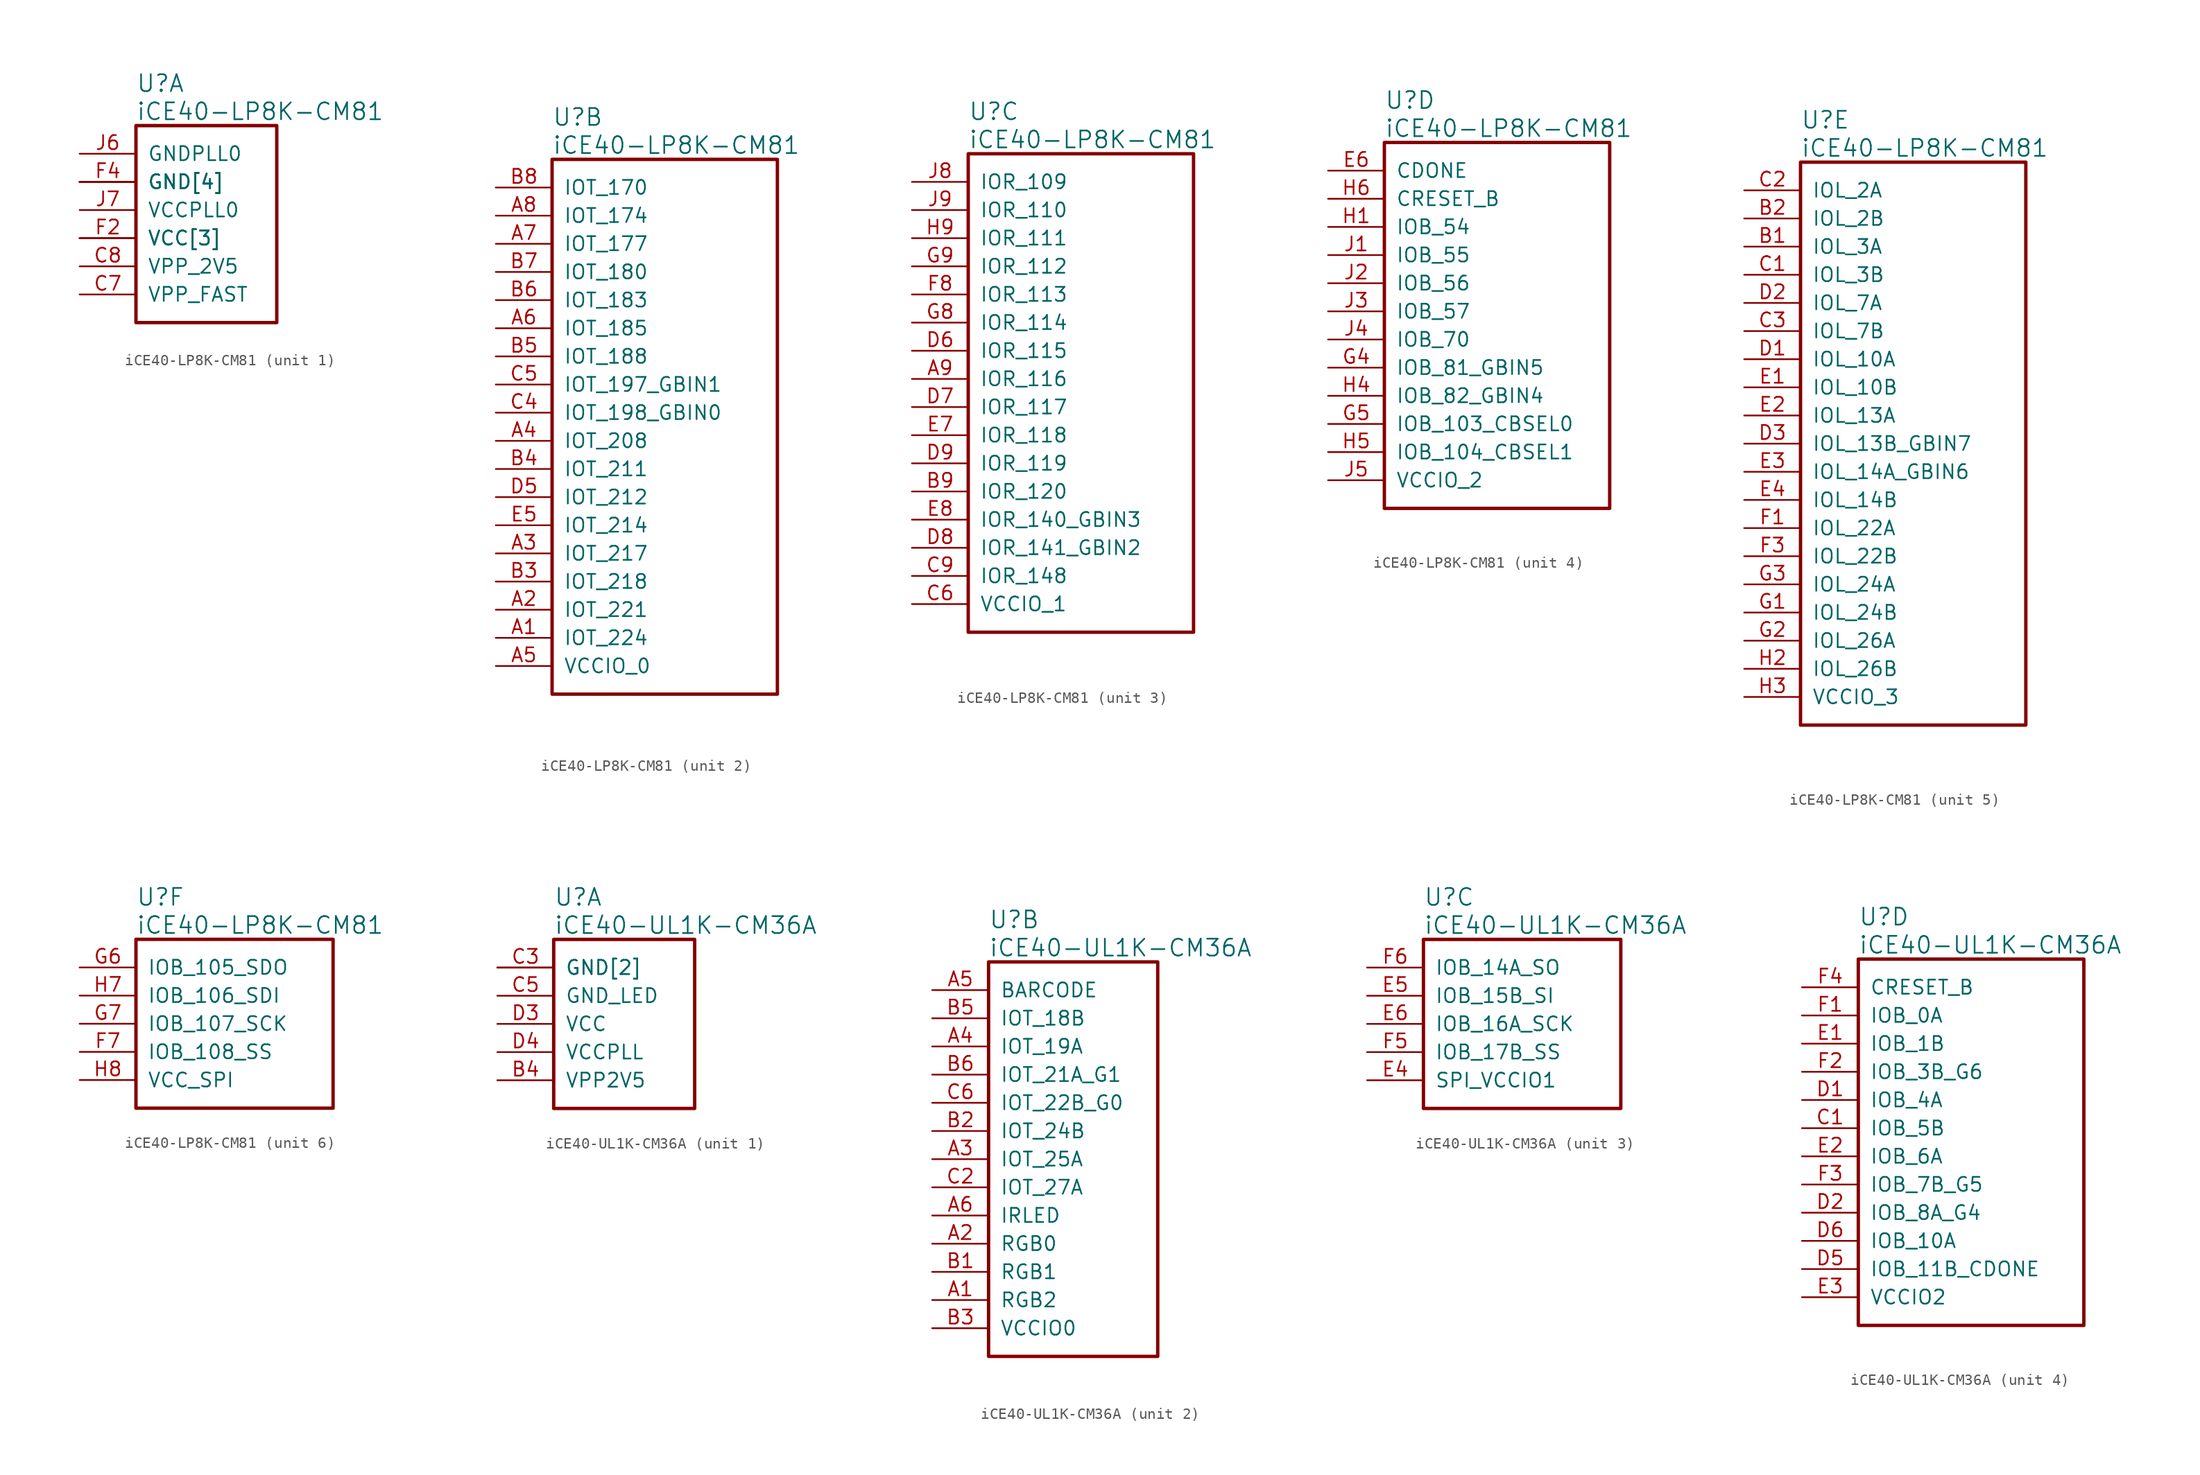
<source format=kicad_sym>
(kicad_symbol_lib
  (version 20241209)
  (generator "kicad_symbol_editor")
  (generator_version "9.0")
  (symbol "iCE40-LP8K-CM81"
    (pin_names
      (offset 1.016))
    (property "Reference" "U"
      (at 5.08 6.35 0)
      (effects (font (size 1.524 1.524)) (justify left)))
    (property "Value" "iCE40-LP8K-CM81"
      (at 5.08 3.81 0)
      (effects (font (size 1.524 1.524)) (justify left)))
    (property "ki_locked" ""
      (at 0 0 0)
      (effects (font (size 1.27 1.27))))
    (symbol "iCE40-LP8K-CM81_1_1"
      (rectangle (start 5.08 2.54) (end 17.78 -15.24) (stroke (width 0.305) (type solid)) (fill (type none)))
      (pin power_in line (at 0 0 0) (length 5.08) (name "GNDPLL0" (effects (font (size 1.27 1.27)))) (number "J6" (effects (font (size 1.27 1.27)))))
      (pin power_in line (at 0 -2.54 0) (length 5.08) (name "GND[4]" (effects (font (size 1.27 1.27)))) (number "F4" (effects (font (size 1.27 1.27)))))
      (pin power_in line (at 0 -2.54 0) (length 5.08) (name "GND[4]" (effects (font (size 1.27 1.27)))) (number "F5" (effects (font (size 0 0)))))
      (pin power_in line (at 0 -2.54 0) (length 5.08) (name "GND[4]" (effects (font (size 1.27 1.27)))) (number "F6" (effects (font (size 0 0)))))
      (pin power_in line (at 0 -2.54 0) (length 5.08) (name "GND[4]" (effects (font (size 1.27 1.27)))) (number "F9" (effects (font (size 0 0)))))
      (pin power_in line (at 0 -5.08 0) (length 5.08) (name "VCCPLL0" (effects (font (size 1.27 1.27)))) (number "J7" (effects (font (size 1.27 1.27)))))
      (pin power_in line (at 0 -7.62 0) (length 5.08) (name "VCC[3]" (effects (font (size 1.27 1.27)))) (number "D4" (effects (font (size 0 0)))))
      (pin power_in line (at 0 -7.62 0) (length 5.08) (name "VCC[3]" (effects (font (size 1.27 1.27)))) (number "E9" (effects (font (size 0 0)))))
      (pin power_in line (at 0 -7.62 0) (length 5.08) (name "VCC[3]" (effects (font (size 1.27 1.27)))) (number "F2" (effects (font (size 1.27 1.27)))))
      (pin power_in line (at 0 -10.16 0) (length 5.08) (name "VPP_2V5" (effects (font (size 1.27 1.27)))) (number "C8" (effects (font (size 1.27 1.27)))))
      (pin power_in line (at 0 -12.7 0) (length 5.08) (name "VPP_FAST" (effects (font (size 1.27 1.27)))) (number "C7" (effects (font (size 1.27 1.27))))))
    (symbol "iCE40-LP8K-CM81_2_1"
      (rectangle (start 5.08 2.54) (end 25.4 -45.72) (stroke (width 0.305) (type solid)) (fill (type none)))
      (pin bidirectional line (at 0 0 0) (length 5.08) (name "IOT_170" (effects (font (size 1.27 1.27)))) (number "B8" (effects (font (size 1.27 1.27)))))
      (pin bidirectional line (at 0 -2.54 0) (length 5.08) (name "IOT_174" (effects (font (size 1.27 1.27)))) (number "A8" (effects (font (size 1.27 1.27)))))
      (pin bidirectional line (at 0 -5.08 0) (length 5.08) (name "IOT_177" (effects (font (size 1.27 1.27)))) (number "A7" (effects (font (size 1.27 1.27)))))
      (pin bidirectional line (at 0 -7.62 0) (length 5.08) (name "IOT_180" (effects (font (size 1.27 1.27)))) (number "B7" (effects (font (size 1.27 1.27)))))
      (pin bidirectional line (at 0 -10.16 0) (length 5.08) (name "IOT_183" (effects (font (size 1.27 1.27)))) (number "B6" (effects (font (size 1.27 1.27)))))
      (pin bidirectional line (at 0 -12.7 0) (length 5.08) (name "IOT_185" (effects (font (size 1.27 1.27)))) (number "A6" (effects (font (size 1.27 1.27)))))
      (pin bidirectional line (at 0 -15.24 0) (length 5.08) (name "IOT_188" (effects (font (size 1.27 1.27)))) (number "B5" (effects (font (size 1.27 1.27)))))
      (pin bidirectional line (at 0 -17.78 0) (length 5.08) (name "IOT_197_GBIN1" (effects (font (size 1.27 1.27)))) (number "C5" (effects (font (size 1.27 1.27)))))
      (pin bidirectional line (at 0 -20.32 0) (length 5.08) (name "IOT_198_GBIN0" (effects (font (size 1.27 1.27)))) (number "C4" (effects (font (size 1.27 1.27)))))
      (pin bidirectional line (at 0 -22.86 0) (length 5.08) (name "IOT_208" (effects (font (size 1.27 1.27)))) (number "A4" (effects (font (size 1.27 1.27)))))
      (pin bidirectional line (at 0 -25.4 0) (length 5.08) (name "IOT_211" (effects (font (size 1.27 1.27)))) (number "B4" (effects (font (size 1.27 1.27)))))
      (pin bidirectional line (at 0 -27.94 0) (length 5.08) (name "IOT_212" (effects (font (size 1.27 1.27)))) (number "D5" (effects (font (size 1.27 1.27)))))
      (pin bidirectional line (at 0 -30.48 0) (length 5.08) (name "IOT_214" (effects (font (size 1.27 1.27)))) (number "E5" (effects (font (size 1.27 1.27)))))
      (pin bidirectional line (at 0 -33.02 0) (length 5.08) (name "IOT_217" (effects (font (size 1.27 1.27)))) (number "A3" (effects (font (size 1.27 1.27)))))
      (pin bidirectional line (at 0 -35.56 0) (length 5.08) (name "IOT_218" (effects (font (size 1.27 1.27)))) (number "B3" (effects (font (size 1.27 1.27)))))
      (pin bidirectional line (at 0 -38.1 0) (length 5.08) (name "IOT_221" (effects (font (size 1.27 1.27)))) (number "A2" (effects (font (size 1.27 1.27)))))
      (pin bidirectional line (at 0 -40.64 0) (length 5.08) (name "IOT_224" (effects (font (size 1.27 1.27)))) (number "A1" (effects (font (size 1.27 1.27)))))
      (pin power_in line (at 0 -43.18 0) (length 5.08) (name "VCCIO_0" (effects (font (size 1.27 1.27)))) (number "A5" (effects (font (size 1.27 1.27))))))
    (symbol "iCE40-LP8K-CM81_3_1"
      (rectangle (start 5.08 2.54) (end 25.4 -40.64) (stroke (width 0.305) (type solid)) (fill (type none)))
      (pin bidirectional line (at 0 0 0) (length 5.08) (name "IOR_109" (effects (font (size 1.27 1.27)))) (number "J8" (effects (font (size 1.27 1.27)))))
      (pin bidirectional line (at 0 -2.54 0) (length 5.08) (name "IOR_110" (effects (font (size 1.27 1.27)))) (number "J9" (effects (font (size 1.27 1.27)))))
      (pin bidirectional line (at 0 -5.08 0) (length 5.08) (name "IOR_111" (effects (font (size 1.27 1.27)))) (number "H9" (effects (font (size 1.27 1.27)))))
      (pin bidirectional line (at 0 -7.62 0) (length 5.08) (name "IOR_112" (effects (font (size 1.27 1.27)))) (number "G9" (effects (font (size 1.27 1.27)))))
      (pin bidirectional line (at 0 -10.16 0) (length 5.08) (name "IOR_113" (effects (font (size 1.27 1.27)))) (number "F8" (effects (font (size 1.27 1.27)))))
      (pin bidirectional line (at 0 -12.7 0) (length 5.08) (name "IOR_114" (effects (font (size 1.27 1.27)))) (number "G8" (effects (font (size 1.27 1.27)))))
      (pin bidirectional line (at 0 -15.24 0) (length 5.08) (name "IOR_115" (effects (font (size 1.27 1.27)))) (number "D6" (effects (font (size 1.27 1.27)))))
      (pin bidirectional line (at 0 -17.78 0) (length 5.08) (name "IOR_116" (effects (font (size 1.27 1.27)))) (number "A9" (effects (font (size 1.27 1.27)))))
      (pin bidirectional line (at 0 -20.32 0) (length 5.08) (name "IOR_117" (effects (font (size 1.27 1.27)))) (number "D7" (effects (font (size 1.27 1.27)))))
      (pin bidirectional line (at 0 -22.86 0) (length 5.08) (name "IOR_118" (effects (font (size 1.27 1.27)))) (number "E7" (effects (font (size 1.27 1.27)))))
      (pin bidirectional line (at 0 -25.4 0) (length 5.08) (name "IOR_119" (effects (font (size 1.27 1.27)))) (number "D9" (effects (font (size 1.27 1.27)))))
      (pin bidirectional line (at 0 -27.94 0) (length 5.08) (name "IOR_120" (effects (font (size 1.27 1.27)))) (number "B9" (effects (font (size 1.27 1.27)))))
      (pin bidirectional line (at 0 -30.48 0) (length 5.08) (name "IOR_140_GBIN3" (effects (font (size 1.27 1.27)))) (number "E8" (effects (font (size 1.27 1.27)))))
      (pin bidirectional line (at 0 -33.02 0) (length 5.08) (name "IOR_141_GBIN2" (effects (font (size 1.27 1.27)))) (number "D8" (effects (font (size 1.27 1.27)))))
      (pin bidirectional line (at 0 -35.56 0) (length 5.08) (name "IOR_148" (effects (font (size 1.27 1.27)))) (number "C9" (effects (font (size 1.27 1.27)))))
      (pin power_in line (at 0 -38.1 0) (length 5.08) (name "VCCIO_1" (effects (font (size 1.27 1.27)))) (number "C6" (effects (font (size 1.27 1.27))))))
    (symbol "iCE40-LP8K-CM81_4_1"
      (rectangle (start 5.08 2.54) (end 25.4 -30.48) (stroke (width 0.305) (type solid)) (fill (type none)))
      (pin output line (at 0 0 0) (length 5.08) (name "CDONE" (effects (font (size 1.27 1.27)))) (number "E6" (effects (font (size 1.27 1.27)))))
      (pin input line (at 0 -2.54 0) (length 5.08) (name "CRESET_B" (effects (font (size 1.27 1.27)))) (number "H6" (effects (font (size 1.27 1.27)))))
      (pin bidirectional line (at 0 -5.08 0) (length 5.08) (name "IOB_54" (effects (font (size 1.27 1.27)))) (number "H1" (effects (font (size 1.27 1.27)))))
      (pin bidirectional line (at 0 -7.62 0) (length 5.08) (name "IOB_55" (effects (font (size 1.27 1.27)))) (number "J1" (effects (font (size 1.27 1.27)))))
      (pin bidirectional line (at 0 -10.16 0) (length 5.08) (name "IOB_56" (effects (font (size 1.27 1.27)))) (number "J2" (effects (font (size 1.27 1.27)))))
      (pin bidirectional line (at 0 -12.7 0) (length 5.08) (name "IOB_57" (effects (font (size 1.27 1.27)))) (number "J3" (effects (font (size 1.27 1.27)))))
      (pin bidirectional line (at 0 -15.24 0) (length 5.08) (name "IOB_70" (effects (font (size 1.27 1.27)))) (number "J4" (effects (font (size 1.27 1.27)))))
      (pin bidirectional line (at 0 -17.78 0) (length 5.08) (name "IOB_81_GBIN5" (effects (font (size 1.27 1.27)))) (number "G4" (effects (font (size 1.27 1.27)))))
      (pin bidirectional line (at 0 -20.32 0) (length 5.08) (name "IOB_82_GBIN4" (effects (font (size 1.27 1.27)))) (number "H4" (effects (font (size 1.27 1.27)))))
      (pin bidirectional line (at 0 -22.86 0) (length 5.08) (name "IOB_103_CBSEL0" (effects (font (size 1.27 1.27)))) (number "G5" (effects (font (size 1.27 1.27)))))
      (pin bidirectional line (at 0 -25.4 0) (length 5.08) (name "IOB_104_CBSEL1" (effects (font (size 1.27 1.27)))) (number "H5" (effects (font (size 1.27 1.27)))))
      (pin power_in line (at 0 -27.94 0) (length 5.08) (name "VCCIO_2" (effects (font (size 1.27 1.27)))) (number "J5" (effects (font (size 1.27 1.27))))))
    (symbol "iCE40-LP8K-CM81_5_1"
      (rectangle (start 5.08 2.54) (end 25.4 -48.26) (stroke (width 0.305) (type solid)) (fill (type none)))
      (pin bidirectional line (at 0 0 0) (length 5.08) (name "IOL_2A" (effects (font (size 1.27 1.27)))) (number "C2" (effects (font (size 1.27 1.27)))))
      (pin bidirectional line (at 0 -2.54 0) (length 5.08) (name "IOL_2B" (effects (font (size 1.27 1.27)))) (number "B2" (effects (font (size 1.27 1.27)))))
      (pin bidirectional line (at 0 -5.08 0) (length 5.08) (name "IOL_3A" (effects (font (size 1.27 1.27)))) (number "B1" (effects (font (size 1.27 1.27)))))
      (pin bidirectional line (at 0 -7.62 0) (length 5.08) (name "IOL_3B" (effects (font (size 1.27 1.27)))) (number "C1" (effects (font (size 1.27 1.27)))))
      (pin bidirectional line (at 0 -10.16 0) (length 5.08) (name "IOL_7A" (effects (font (size 1.27 1.27)))) (number "D2" (effects (font (size 1.27 1.27)))))
      (pin bidirectional line (at 0 -12.7 0) (length 5.08) (name "IOL_7B" (effects (font (size 1.27 1.27)))) (number "C3" (effects (font (size 1.27 1.27)))))
      (pin bidirectional line (at 0 -15.24 0) (length 5.08) (name "IOL_10A" (effects (font (size 1.27 1.27)))) (number "D1" (effects (font (size 1.27 1.27)))))
      (pin bidirectional line (at 0 -17.78 0) (length 5.08) (name "IOL_10B" (effects (font (size 1.27 1.27)))) (number "E1" (effects (font (size 1.27 1.27)))))
      (pin bidirectional line (at 0 -20.32 0) (length 5.08) (name "IOL_13A" (effects (font (size 1.27 1.27)))) (number "E2" (effects (font (size 1.27 1.27)))))
      (pin bidirectional line (at 0 -22.86 0) (length 5.08) (name "IOL_13B_GBIN7" (effects (font (size 1.27 1.27)))) (number "D3" (effects (font (size 1.27 1.27)))))
      (pin bidirectional line (at 0 -25.4 0) (length 5.08) (name "IOL_14A_GBIN6" (effects (font (size 1.27 1.27)))) (number "E3" (effects (font (size 1.27 1.27)))))
      (pin bidirectional line (at 0 -27.94 0) (length 5.08) (name "IOL_14B" (effects (font (size 1.27 1.27)))) (number "E4" (effects (font (size 1.27 1.27)))))
      (pin bidirectional line (at 0 -30.48 0) (length 5.08) (name "IOL_22A" (effects (font (size 1.27 1.27)))) (number "F1" (effects (font (size 1.27 1.27)))))
      (pin bidirectional line (at 0 -33.02 0) (length 5.08) (name "IOL_22B" (effects (font (size 1.27 1.27)))) (number "F3" (effects (font (size 1.27 1.27)))))
      (pin bidirectional line (at 0 -35.56 0) (length 5.08) (name "IOL_24A" (effects (font (size 1.27 1.27)))) (number "G3" (effects (font (size 1.27 1.27)))))
      (pin bidirectional line (at 0 -38.1 0) (length 5.08) (name "IOL_24B" (effects (font (size 1.27 1.27)))) (number "G1" (effects (font (size 1.27 1.27)))))
      (pin bidirectional line (at 0 -40.64 0) (length 5.08) (name "IOL_26A" (effects (font (size 1.27 1.27)))) (number "G2" (effects (font (size 1.27 1.27)))))
      (pin bidirectional line (at 0 -43.18 0) (length 5.08) (name "IOL_26B" (effects (font (size 1.27 1.27)))) (number "H2" (effects (font (size 1.27 1.27)))))
      (pin power_in line (at 0 -45.72 0) (length 5.08) (name "VCCIO_3" (effects (font (size 1.27 1.27)))) (number "H3" (effects (font (size 1.27 1.27))))))
    (symbol "iCE40-LP8K-CM81_6_1"
      (rectangle (start 5.08 2.54) (end 22.86 -12.7) (stroke (width 0.305) (type solid)) (fill (type none)))
      (pin bidirectional line (at 0 0 0) (length 5.08) (name "IOB_105_SDO" (effects (font (size 1.27 1.27)))) (number "G6" (effects (font (size 1.27 1.27)))))
      (pin bidirectional line (at 0 -2.54 0) (length 5.08) (name "IOB_106_SDI" (effects (font (size 1.27 1.27)))) (number "H7" (effects (font (size 1.27 1.27)))))
      (pin bidirectional line (at 0 -5.08 0) (length 5.08) (name "IOB_107_SCK" (effects (font (size 1.27 1.27)))) (number "G7" (effects (font (size 1.27 1.27)))))
      (pin bidirectional line (at 0 -7.62 0) (length 5.08) (name "IOB_108_SS" (effects (font (size 1.27 1.27)))) (number "F7" (effects (font (size 1.27 1.27)))))
      (pin power_in line (at 0 -10.16 0) (length 5.08) (name "VCC_SPI" (effects (font (size 1.27 1.27)))) (number "H8" (effects (font (size 1.27 1.27)))))))
  (symbol "iCE40-UL1K-CM36A"
    (pin_names
      (offset 1.016))
    (property "Reference" "U"
      (at 5.08 6.35 0)
      (effects (font (size 1.524 1.524)) (justify left)))
    (property "Value" "iCE40-UL1K-CM36A"
      (at 5.08 3.81 0)
      (effects (font (size 1.524 1.524)) (justify left)))
    (property "ki_locked" ""
      (at 0 0 0)
      (effects (font (size 1.27 1.27))))
    (symbol "iCE40-UL1K-CM36A_1_1"
      (rectangle (start 5.08 2.54) (end 17.78 -12.7) (stroke (width 0.305) (type solid)) (fill (type none)))
      (pin power_in line (at 0 0 0) (length 5.08) (name "GND[2]" (effects (font (size 1.27 1.27)))) (number "C3" (effects (font (size 1.27 1.27)))))
      (pin power_in line (at 0 0 0) (length 5.08) (name "GND[2]" (effects (font (size 1.27 1.27)))) (number "C4" (effects (font (size 0 0)))))
      (pin power_in line (at 0 -2.54 0) (length 5.08) (name "GND_LED" (effects (font (size 1.27 1.27)))) (number "C5" (effects (font (size 1.27 1.27)))))
      (pin power_in line (at 0 -5.08 0) (length 5.08) (name "VCC" (effects (font (size 1.27 1.27)))) (number "D3" (effects (font (size 1.27 1.27)))))
      (pin power_in line (at 0 -7.62 0) (length 5.08) (name "VCCPLL" (effects (font (size 1.27 1.27)))) (number "D4" (effects (font (size 1.27 1.27)))))
      (pin power_in line (at 0 -10.16 0) (length 5.08) (name "VPP2V5" (effects (font (size 1.27 1.27)))) (number "B4" (effects (font (size 1.27 1.27))))))
    (symbol "iCE40-UL1K-CM36A_2_1"
      (rectangle (start 5.08 2.54) (end 20.32 -33.02) (stroke (width 0.305) (type solid)) (fill (type none)))
      (pin bidirectional line (at 0 0 0) (length 5.08) (name "BARCODE" (effects (font (size 1.27 1.27)))) (number "A5" (effects (font (size 1.27 1.27)))))
      (pin bidirectional line (at 0 -2.54 0) (length 5.08) (name "IOT_18B" (effects (font (size 1.27 1.27)))) (number "B5" (effects (font (size 1.27 1.27)))))
      (pin bidirectional line (at 0 -5.08 0) (length 5.08) (name "IOT_19A" (effects (font (size 1.27 1.27)))) (number "A4" (effects (font (size 1.27 1.27)))))
      (pin bidirectional line (at 0 -7.62 0) (length 5.08) (name "IOT_21A_G1" (effects (font (size 1.27 1.27)))) (number "B6" (effects (font (size 1.27 1.27)))))
      (pin bidirectional line (at 0 -10.16 0) (length 5.08) (name "IOT_22B_G0" (effects (font (size 1.27 1.27)))) (number "C6" (effects (font (size 1.27 1.27)))))
      (pin bidirectional line (at 0 -12.7 0) (length 5.08) (name "IOT_24B" (effects (font (size 1.27 1.27)))) (number "B2" (effects (font (size 1.27 1.27)))))
      (pin bidirectional line (at 0 -15.24 0) (length 5.08) (name "IOT_25A" (effects (font (size 1.27 1.27)))) (number "A3" (effects (font (size 1.27 1.27)))))
      (pin bidirectional line (at 0 -17.78 0) (length 5.08) (name "IOT_27A" (effects (font (size 1.27 1.27)))) (number "C2" (effects (font (size 1.27 1.27)))))
      (pin bidirectional line (at 0 -20.32 0) (length 5.08) (name "IRLED" (effects (font (size 1.27 1.27)))) (number "A6" (effects (font (size 1.27 1.27)))))
      (pin bidirectional line (at 0 -22.86 0) (length 5.08) (name "RGB0" (effects (font (size 1.27 1.27)))) (number "A2" (effects (font (size 1.27 1.27)))))
      (pin bidirectional line (at 0 -25.4 0) (length 5.08) (name "RGB1" (effects (font (size 1.27 1.27)))) (number "B1" (effects (font (size 1.27 1.27)))))
      (pin bidirectional line (at 0 -27.94 0) (length 5.08) (name "RGB2" (effects (font (size 1.27 1.27)))) (number "A1" (effects (font (size 1.27 1.27)))))
      (pin power_in line (at 0 -30.48 0) (length 5.08) (name "VCCIO0" (effects (font (size 1.27 1.27)))) (number "B3" (effects (font (size 1.27 1.27))))))
    (symbol "iCE40-UL1K-CM36A_3_1"
      (rectangle (start 5.08 2.54) (end 22.86 -12.7) (stroke (width 0.305) (type solid)) (fill (type none)))
      (pin bidirectional line (at 0 0 0) (length 5.08) (name "IOB_14A_SO" (effects (font (size 1.27 1.27)))) (number "F6" (effects (font (size 1.27 1.27)))))
      (pin bidirectional line (at 0 -2.54 0) (length 5.08) (name "IOB_15B_SI" (effects (font (size 1.27 1.27)))) (number "E5" (effects (font (size 1.27 1.27)))))
      (pin bidirectional line (at 0 -5.08 0) (length 5.08) (name "IOB_16A_SCK" (effects (font (size 1.27 1.27)))) (number "E6" (effects (font (size 1.27 1.27)))))
      (pin bidirectional line (at 0 -7.62 0) (length 5.08) (name "IOB_17B_SS" (effects (font (size 1.27 1.27)))) (number "F5" (effects (font (size 1.27 1.27)))))
      (pin power_in line (at 0 -10.16 0) (length 5.08) (name "SPI_VCCIO1" (effects (font (size 1.27 1.27)))) (number "E4" (effects (font (size 1.27 1.27))))))
    (symbol "iCE40-UL1K-CM36A_4_1"
      (rectangle (start 5.08 2.54) (end 25.4 -30.48) (stroke (width 0.305) (type solid)) (fill (type none)))
      (pin input line (at 0 0 0) (length 5.08) (name "CRESET_B" (effects (font (size 1.27 1.27)))) (number "F4" (effects (font (size 1.27 1.27)))))
      (pin bidirectional line (at 0 -2.54 0) (length 5.08) (name "IOB_0A" (effects (font (size 1.27 1.27)))) (number "F1" (effects (font (size 1.27 1.27)))))
      (pin bidirectional line (at 0 -5.08 0) (length 5.08) (name "IOB_1B" (effects (font (size 1.27 1.27)))) (number "E1" (effects (font (size 1.27 1.27)))))
      (pin bidirectional line (at 0 -7.62 0) (length 5.08) (name "IOB_3B_G6" (effects (font (size 1.27 1.27)))) (number "F2" (effects (font (size 1.27 1.27)))))
      (pin bidirectional line (at 0 -10.16 0) (length 5.08) (name "IOB_4A" (effects (font (size 1.27 1.27)))) (number "D1" (effects (font (size 1.27 1.27)))))
      (pin bidirectional line (at 0 -12.7 0) (length 5.08) (name "IOB_5B" (effects (font (size 1.27 1.27)))) (number "C1" (effects (font (size 1.27 1.27)))))
      (pin bidirectional line (at 0 -15.24 0) (length 5.08) (name "IOB_6A" (effects (font (size 1.27 1.27)))) (number "E2" (effects (font (size 1.27 1.27)))))
      (pin bidirectional line (at 0 -17.78 0) (length 5.08) (name "IOB_7B_G5" (effects (font (size 1.27 1.27)))) (number "F3" (effects (font (size 1.27 1.27)))))
      (pin bidirectional line (at 0 -20.32 0) (length 5.08) (name "IOB_8A_G4" (effects (font (size 1.27 1.27)))) (number "D2" (effects (font (size 1.27 1.27)))))
      (pin bidirectional line (at 0 -22.86 0) (length 5.08) (name "IOB_10A" (effects (font (size 1.27 1.27)))) (number "D6" (effects (font (size 1.27 1.27)))))
      (pin bidirectional line (at 0 -25.4 0) (length 5.08) (name "IOB_11B_CDONE" (effects (font (size 1.27 1.27)))) (number "D5" (effects (font (size 1.27 1.27)))))
      (pin power_in line (at 0 -27.94 0) (length 5.08) (name "VCCIO2" (effects (font (size 1.27 1.27)))) (number "E3" (effects (font (size 1.27 1.27))))))))
</source>
